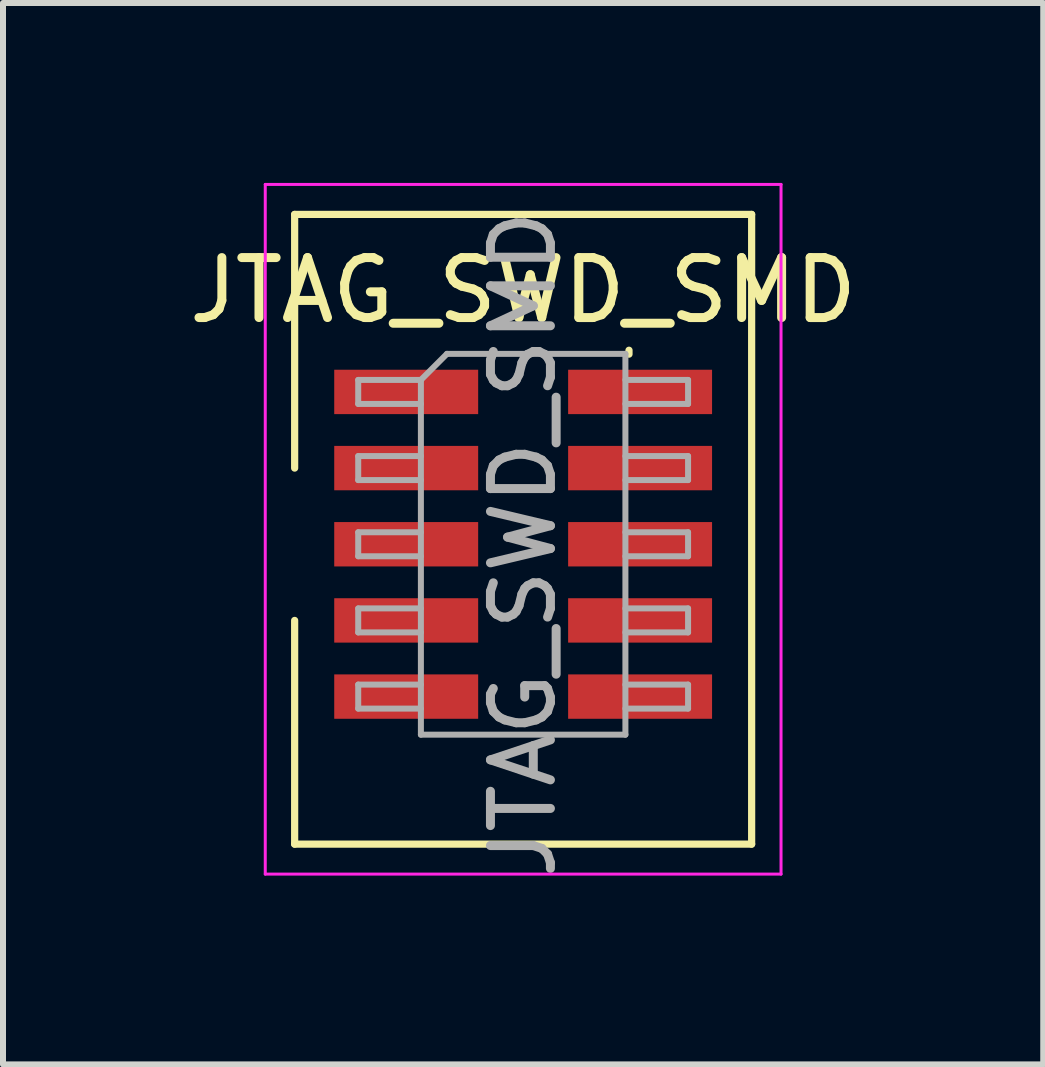
<source format=kicad_pcb>
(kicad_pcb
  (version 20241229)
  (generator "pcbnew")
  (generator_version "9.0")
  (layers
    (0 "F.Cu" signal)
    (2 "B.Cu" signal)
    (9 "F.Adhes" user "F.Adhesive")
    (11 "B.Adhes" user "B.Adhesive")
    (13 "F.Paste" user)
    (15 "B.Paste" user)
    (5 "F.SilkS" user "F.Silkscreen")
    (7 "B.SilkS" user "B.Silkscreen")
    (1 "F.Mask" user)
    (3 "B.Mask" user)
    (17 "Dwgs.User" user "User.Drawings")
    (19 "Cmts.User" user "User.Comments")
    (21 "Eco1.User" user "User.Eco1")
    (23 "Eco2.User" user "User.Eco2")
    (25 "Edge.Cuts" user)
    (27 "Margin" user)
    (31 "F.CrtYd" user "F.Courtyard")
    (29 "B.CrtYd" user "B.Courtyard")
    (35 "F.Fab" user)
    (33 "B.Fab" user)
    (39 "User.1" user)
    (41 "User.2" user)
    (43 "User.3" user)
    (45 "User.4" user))
  (footprint "JTAG_SWD_SMD"
    (layer "F.Cu")
    (at 5.673 6.025)
    (property "Reference" "JTAG_SWD_SMD" (at 0 -4.235 0) (layer "F.SilkS") (effects (font (size 1 1) (thickness 0.15))))
    (attr smd)
    (fp_line (start -3.81 -5.5) (end -3.81 -1.27) (stroke (width 0.12) (type solid)) (layer "F.SilkS"))
    (fp_line (start -3.81 -5.5) (end 3.81 -5.5) (stroke (width 0.12) (type solid)) (layer "F.SilkS"))
    (fp_line (start -3.81 5) (end -3.81 1.27) (stroke (width 0.12) (type solid)) (layer "F.SilkS"))
    (fp_line (start -3.81 5) (end 3.81 5) (stroke (width 0.12) (type solid)) (layer "F.SilkS"))
    (fp_line (start 1.765 -3.235) (end 1.765 -3.17) (stroke (width 0.12) (type solid)) (layer "F.SilkS"))
    (fp_line (start 3.81 -5.5) (end 3.81 5) (stroke (width 0.12) (type solid)) (layer "F.SilkS"))
    (fp_line (start -4.3 -6) (end -4.3 5.5) (stroke (width 0.05) (type solid)) (layer "F.CrtYd"))
    (fp_line (start -4.3 5.5) (end 4.3 5.5) (stroke (width 0.05) (type solid)) (layer "F.CrtYd"))
    (fp_line (start 4.3 -6) (end -4.3 -6) (stroke (width 0.05) (type solid)) (layer "F.CrtYd"))
    (fp_line (start 4.3 5.5) (end 4.3 -6) (stroke (width 0.05) (type solid)) (layer "F.CrtYd"))
    (fp_line (start -2.75 -2.74) (end -2.75 -2.34) (stroke (width 0.1) (type solid)) (layer "F.Fab"))
    (fp_line (start -2.75 -2.34) (end -1.705 -2.34) (stroke (width 0.1) (type solid)) (layer "F.Fab"))
    (fp_line (start -2.75 -1.47) (end -2.75 -1.07) (stroke (width 0.1) (type solid)) (layer "F.Fab"))
    (fp_line (start -2.75 -1.07) (end -1.705 -1.07) (stroke (width 0.1) (type solid)) (layer "F.Fab"))
    (fp_line (start -2.75 -0.2) (end -2.75 0.2) (stroke (width 0.1) (type solid)) (layer "F.Fab"))
    (fp_line (start -2.75 0.2) (end -1.705 0.2) (stroke (width 0.1) (type solid)) (layer "F.Fab"))
    (fp_line (start -2.75 1.07) (end -2.75 1.47) (stroke (width 0.1) (type solid)) (layer "F.Fab"))
    (fp_line (start -2.75 1.47) (end -1.705 1.47) (stroke (width 0.1) (type solid)) (layer "F.Fab"))
    (fp_line (start -2.75 2.34) (end -2.75 2.74) (stroke (width 0.1) (type solid)) (layer "F.Fab"))
    (fp_line (start -2.75 2.74) (end -1.705 2.74) (stroke (width 0.1) (type solid)) (layer "F.Fab"))
    (fp_line (start -1.705 -2.74) (end -2.75 -2.74) (stroke (width 0.1) (type solid)) (layer "F.Fab"))
    (fp_line (start -1.705 -2.74) (end -1.27 -3.175) (stroke (width 0.1) (type solid)) (layer "F.Fab"))
    (fp_line (start -1.705 -1.47) (end -2.75 -1.47) (stroke (width 0.1) (type solid)) (layer "F.Fab"))
    (fp_line (start -1.705 -0.2) (end -2.75 -0.2) (stroke (width 0.1) (type solid)) (layer "F.Fab"))
    (fp_line (start -1.705 1.07) (end -2.75 1.07) (stroke (width 0.1) (type solid)) (layer "F.Fab"))
    (fp_line (start -1.705 2.34) (end -2.75 2.34) (stroke (width 0.1) (type solid)) (layer "F.Fab"))
    (fp_line (start -1.705 3.175) (end -1.705 -2.74) (stroke (width 0.1) (type solid)) (layer "F.Fab"))
    (fp_line (start -1.27 -3.175) (end 1.705 -3.175) (stroke (width 0.1) (type solid)) (layer "F.Fab"))
    (fp_line (start 1.705 -3.175) (end 1.705 3.175) (stroke (width 0.1) (type solid)) (layer "F.Fab"))
    (fp_line (start 1.705 -2.74) (end 2.75 -2.74) (stroke (width 0.1) (type solid)) (layer "F.Fab"))
    (fp_line (start 1.705 -1.47) (end 2.75 -1.47) (stroke (width 0.1) (type solid)) (layer "F.Fab"))
    (fp_line (start 1.705 -0.2) (end 2.75 -0.2) (stroke (width 0.1) (type solid)) (layer "F.Fab"))
    (fp_line (start 1.705 1.07) (end 2.75 1.07) (stroke (width 0.1) (type solid)) (layer "F.Fab"))
    (fp_line (start 1.705 2.34) (end 2.75 2.34) (stroke (width 0.1) (type solid)) (layer "F.Fab"))
    (fp_line (start 1.705 3.175) (end -1.705 3.175) (stroke (width 0.1) (type solid)) (layer "F.Fab"))
    (fp_line (start 2.75 -2.74) (end 2.75 -2.34) (stroke (width 0.1) (type solid)) (layer "F.Fab"))
    (fp_line (start 2.75 -2.34) (end 1.705 -2.34) (stroke (width 0.1) (type solid)) (layer "F.Fab"))
    (fp_line (start 2.75 -1.47) (end 2.75 -1.07) (stroke (width 0.1) (type solid)) (layer "F.Fab"))
    (fp_line (start 2.75 -1.07) (end 1.705 -1.07) (stroke (width 0.1) (type solid)) (layer "F.Fab"))
    (fp_line (start 2.75 -0.2) (end 2.75 0.2) (stroke (width 0.1) (type solid)) (layer "F.Fab"))
    (fp_line (start 2.75 0.2) (end 1.705 0.2) (stroke (width 0.1) (type solid)) (layer "F.Fab"))
    (fp_line (start 2.75 1.07) (end 2.75 1.47) (stroke (width 0.1) (type solid)) (layer "F.Fab"))
    (fp_line (start 2.75 1.47) (end 1.705 1.47) (stroke (width 0.1) (type solid)) (layer "F.Fab"))
    (fp_line (start 2.75 2.34) (end 2.75 2.74) (stroke (width 0.1) (type solid)) (layer "F.Fab"))
    (fp_line (start 2.75 2.74) (end 1.705 2.74) (stroke (width 0.1) (type solid)) (layer "F.Fab"))
    (fp_text user "${REFERENCE}" (at 0 0 90) (layer "F.Fab") (effects (font (size 1 1) (thickness 0.15))))
    (pad "1" smd rect (at -1.95 -2.54) (size 2.4 0.74) (layers "F.Cu" "F.Mask" "F.Paste"))
    (pad "2" smd rect (at 1.95 -2.54) (size 2.4 0.74) (layers "F.Cu" "F.Mask" "F.Paste"))
    (pad "3" smd rect (at -1.95 -1.27) (size 2.4 0.74) (layers "F.Cu" "F.Mask" "F.Paste"))
    (pad "4" smd rect (at 1.95 -1.27) (size 2.4 0.74) (layers "F.Cu" "F.Mask" "F.Paste"))
    (pad "5" smd rect (at -1.95 0) (size 2.4 0.74) (layers "F.Cu" "F.Mask" "F.Paste"))
    (pad "6" smd rect (at 1.95 0) (size 2.4 0.74) (layers "F.Cu" "F.Mask" "F.Paste"))
    (pad "7" smd rect (at -1.95 1.27) (size 2.4 0.74) (layers "F.Cu" "F.Mask" "F.Paste"))
    (pad "8" smd rect (at 1.95 1.27) (size 2.4 0.74) (layers "F.Cu" "F.Mask" "F.Paste"))
    (pad "9" smd rect (at -1.95 2.54) (size 2.4 0.74) (layers "F.Cu" "F.Mask" "F.Paste"))
    (pad "10" smd rect (at 1.95 2.54) (size 2.4 0.74) (layers "F.Cu" "F.Mask" "F.Paste")))
  (gr_rect
    (start -3 -3)
    (end 14.345 14.698)
    (stroke (width 0.1) (type default))
    (fill no)
    (layer "Edge.Cuts")))
</source>
